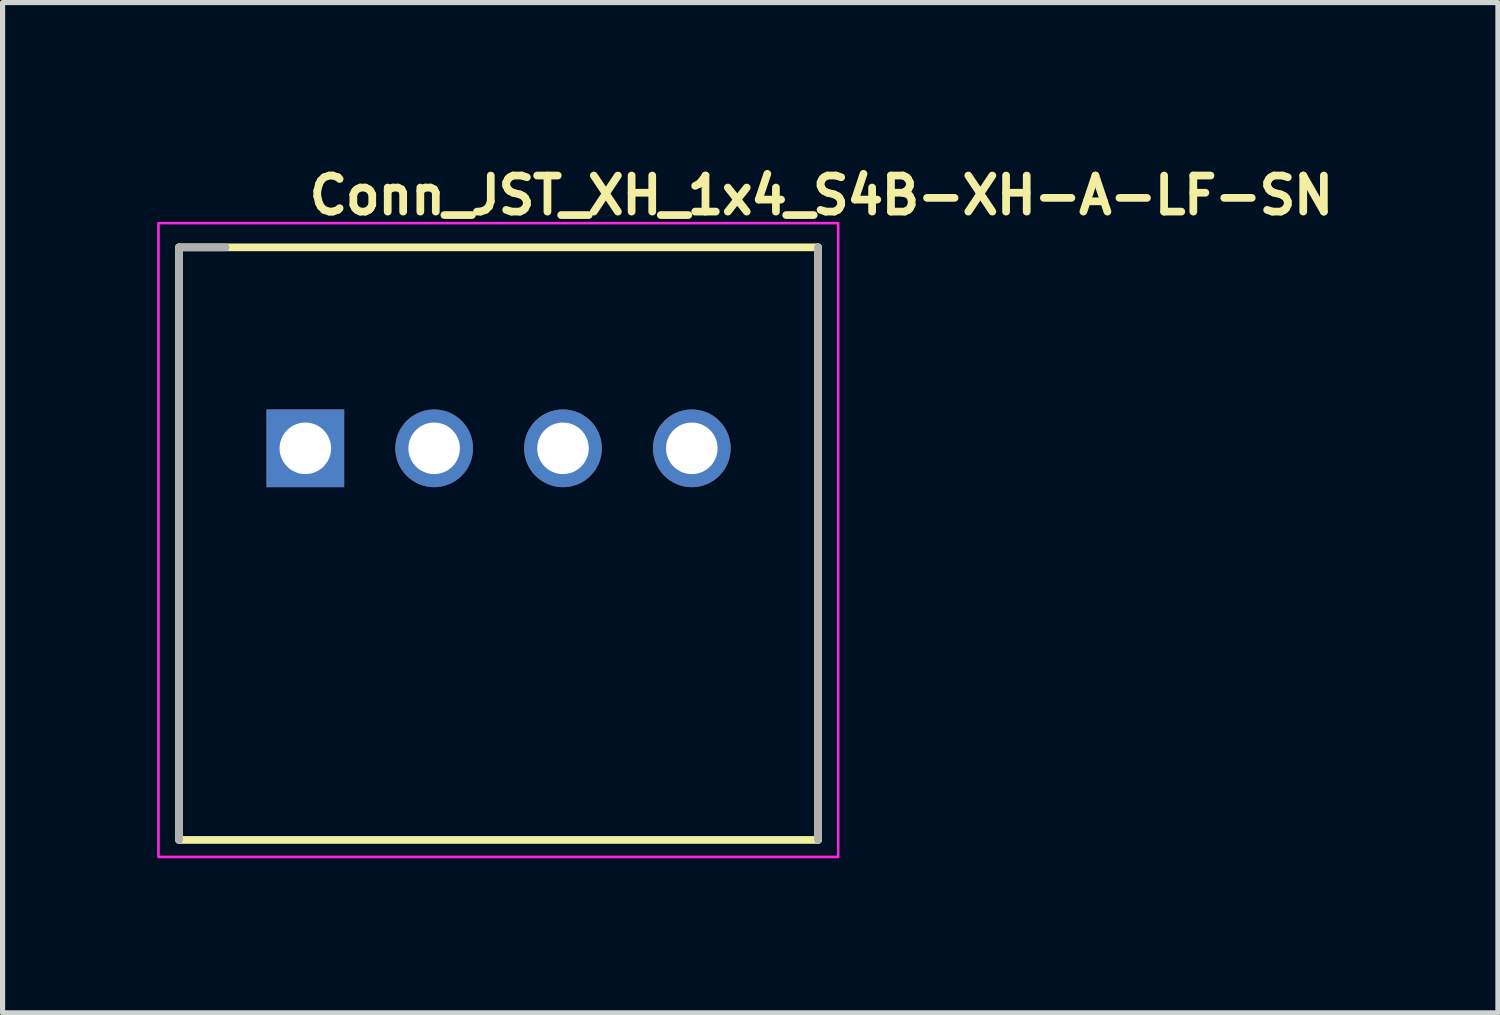
<source format=kicad_pcb>
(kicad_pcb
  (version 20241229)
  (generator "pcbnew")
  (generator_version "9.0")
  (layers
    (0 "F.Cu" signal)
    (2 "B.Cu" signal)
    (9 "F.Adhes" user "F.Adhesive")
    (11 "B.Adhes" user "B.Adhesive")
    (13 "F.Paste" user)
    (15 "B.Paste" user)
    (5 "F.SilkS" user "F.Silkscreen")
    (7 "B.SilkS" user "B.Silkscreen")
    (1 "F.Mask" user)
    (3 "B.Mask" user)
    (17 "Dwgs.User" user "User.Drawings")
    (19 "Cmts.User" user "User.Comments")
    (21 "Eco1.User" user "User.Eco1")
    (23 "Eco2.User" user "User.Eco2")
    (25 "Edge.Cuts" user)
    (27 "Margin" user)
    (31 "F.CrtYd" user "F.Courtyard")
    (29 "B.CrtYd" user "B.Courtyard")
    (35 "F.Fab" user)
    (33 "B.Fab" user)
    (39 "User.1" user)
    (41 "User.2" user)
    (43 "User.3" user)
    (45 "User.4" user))
  (footprint "Conn_JST_XH_1x4_S4B-XH-A-LF-SN"
    (layer "F.Cu")
    (at 2.875 5.65)
    (property "Reference" "Conn_JST_XH_1x4_S4B-XH-A-LF-SN" (at 0 -4.5 0) (layer "F.SilkS") (effects (font (size 0.7 0.7) (thickness 0.15)) (justify left bottom)))
    (attr through_hole)
    (fp_line (start -2.45 -3.9) (end -2.45 7.599) (stroke (width 0.15) (type solid)) (layer "F.SilkS"))
    (fp_line (start 9.949 -3.9) (end -2.45 -3.9) (stroke (width 0.15) (type solid)) (layer "F.SilkS"))
    (fp_line (start 9.949 7.599) (end -2.45 7.599) (stroke (width 0.15) (type solid)) (layer "F.SilkS"))
    (fp_line (start 9.949 7.599) (end 9.949 -3.9) (stroke (width 0.15) (type solid)) (layer "F.SilkS"))
    (fp_rect (start -2.85 -4.37) (end 10.34 7.93) (stroke (width 0.05) (type solid)) (fill no) (layer "F.CrtYd"))
    (fp_line (start -2.45 -3.9) (end -2.45 7.599) (stroke (width 0.15) (type solid)) (layer "F.Fab"))
    (fp_line (start -1.549 -3.9) (end -2.45 -3.9) (stroke (width 0.15) (type solid)) (layer "F.Fab"))
    (fp_line (start 9.949 7.599) (end 9.949 -3.9) (stroke (width 0.15) (type solid)) (layer "F.Fab"))
    (fp_rect (start -2.45 -3.97) (end 9.949 7.53) (stroke (width 0.1) (type solid)) (fill no) (layer "User.5"))
    (fp_line (start -2.45 0.53) (end -2.45 -3.97) (stroke (width 0.02) (type solid)) (layer "User.9"))
    (fp_line (start -2.45 7.53) (end -2.45 0.53) (stroke (width 0.02) (type solid)) (layer "User.9"))
    (fp_line (start -1.55 -3.97) (end -2.45 -3.97) (stroke (width 0.02) (type solid)) (layer "User.9"))
    (fp_line (start -1.55 -3.97) (end -1.55 0.53) (stroke (width 0.02) (type solid)) (layer "User.9"))
    (fp_line (start -0.75 0.53) (end -2.45 0.53) (stroke (width 0.02) (type solid)) (layer "User.9"))
    (fp_line (start -0.75 1.53) (end -0.75 0.53) (stroke (width 0.02) (type solid)) (layer "User.9"))
    (fp_line (start -0.5 4.53) (end -0.5 6.599) (stroke (width 0.02) (type solid)) (layer "User.9"))
    (fp_line (start -0.5 6.599) (end -0.499 6.605) (stroke (width 0.02) (type solid)) (layer "User.9"))
    (fp_line (start -0.5 7.059) (end -0.5 7.53) (stroke (width 0.02) (type solid)) (layer "User.9"))
    (fp_line (start -0.5 7.53) (end -2.45 7.53) (stroke (width 0.02) (type solid)) (layer "User.9"))
    (fp_line (start -0.5 7.53) (end 0.948 7.53) (stroke (width 0.02) (type solid)) (layer "User.9"))
    (fp_line (start -0.499 4.495) (end -0.5 4.53) (stroke (width 0.02) (type solid)) (layer "User.9"))
    (fp_line (start -0.499 6.605) (end -0.499 6.612) (stroke (width 0.02) (type solid)) (layer "User.9"))
    (fp_line (start -0.499 6.612) (end -0.498 6.618) (stroke (width 0.02) (type solid)) (layer "User.9"))
    (fp_line (start -0.499 7.047) (end -0.499 7.05) (stroke (width 0.02) (type solid)) (layer "User.9"))
    (fp_line (start -0.499 7.05) (end -0.499 7.054) (stroke (width 0.02) (type solid)) (layer "User.9"))
    (fp_line (start -0.499 7.054) (end -0.499 7.057) (stroke (width 0.02) (type solid)) (layer "User.9"))
    (fp_line (start -0.499 7.057) (end -0.5 7.059) (stroke (width 0.02) (type solid)) (layer "User.9"))
    (fp_line (start -0.498 6.618) (end -0.496 6.625) (stroke (width 0.02) (type solid)) (layer "User.9"))
    (fp_line (start -0.498 7.041) (end -0.498 7.043) (stroke (width 0.02) (type solid)) (layer "User.9"))
    (fp_line (start -0.498 7.043) (end -0.499 7.047) (stroke (width 0.02) (type solid)) (layer "User.9"))
    (fp_line (start -0.497 7.038) (end -0.498 7.041) (stroke (width 0.02) (type solid)) (layer "User.9"))
    (fp_line (start -0.496 4.46) (end -0.499 4.495) (stroke (width 0.02) (type solid)) (layer "User.9"))
    (fp_line (start -0.496 6.625) (end -0.494 6.631) (stroke (width 0.02) (type solid)) (layer "User.9"))
    (fp_line (start -0.496 7.034) (end -0.497 7.038) (stroke (width 0.02) (type solid)) (layer "User.9"))
    (fp_line (start -0.495 7.031) (end -0.496 7.034) (stroke (width 0.02) (type solid)) (layer "User.9"))
    (fp_line (start -0.494 6.631) (end -0.492 6.636) (stroke (width 0.02) (type solid)) (layer "User.9"))
    (fp_line (start -0.494 7.027) (end -0.495 7.031) (stroke (width 0.02) (type solid)) (layer "User.9"))
    (fp_line (start -0.493 7.025) (end -0.494 7.027) (stroke (width 0.02) (type solid)) (layer "User.9"))
    (fp_line (start -0.492 4.426) (end -0.496 4.46) (stroke (width 0.02) (type solid)) (layer "User.9"))
    (fp_line (start -0.492 6.636) (end -0.489 6.643) (stroke (width 0.02) (type solid)) (layer "User.9"))
    (fp_line (start -0.492 7.022) (end -0.493 7.025) (stroke (width 0.02) (type solid)) (layer "User.9"))
    (fp_line (start -0.491 7.019) (end -0.492 7.022) (stroke (width 0.02) (type solid)) (layer "User.9"))
    (fp_line (start -0.489 6.643) (end -0.486 6.649) (stroke (width 0.02) (type solid)) (layer "User.9"))
    (fp_line (start -0.489 7.016) (end -0.491 7.019) (stroke (width 0.02) (type solid)) (layer "User.9"))
    (fp_line (start -0.488 7.013) (end -0.489 7.016) (stroke (width 0.02) (type solid)) (layer "User.9"))
    (fp_line (start -0.486 4.392) (end -0.492 4.426) (stroke (width 0.02) (type solid)) (layer "User.9"))
    (fp_line (start -0.486 6.649) (end -0.483 6.654) (stroke (width 0.02) (type solid)) (layer "User.9"))
    (fp_line (start -0.486 7.01) (end -0.488 7.013) (stroke (width 0.02) (type solid)) (layer "User.9"))
    (fp_line (start -0.484 7.008) (end -0.486 7.01) (stroke (width 0.02) (type solid)) (layer "User.9"))
    (fp_line (start -0.483 6.654) (end -0.478 6.659) (stroke (width 0.02) (type solid)) (layer "User.9"))
    (fp_line (start -0.483 7.005) (end -0.484 7.008) (stroke (width 0.02) (type solid)) (layer "User.9"))
    (fp_line (start -0.481 7.002) (end -0.483 7.005) (stroke (width 0.02) (type solid)) (layer "User.9"))
    (fp_line (start -0.478 6.659) (end -0.474 6.664) (stroke (width 0.02) (type solid)) (layer "User.9"))
    (fp_line (start -0.478 7) (end -0.481 7.002) (stroke (width 0.02) (type solid)) (layer "User.9"))
    (fp_line (start -0.477 4.359) (end -0.486 4.392) (stroke (width 0.02) (type solid)) (layer "User.9"))
    (fp_line (start -0.476 6.997) (end -0.478 7) (stroke (width 0.02) (type solid)) (layer "User.9"))
    (fp_line (start -0.474 6.664) (end -0.469 6.668) (stroke (width 0.02) (type solid)) (layer "User.9"))
    (fp_line (start -0.474 6.995) (end -0.476 6.997) (stroke (width 0.02) (type solid)) (layer "User.9"))
    (fp_line (start -0.472 6.992) (end -0.474 6.995) (stroke (width 0.02) (type solid)) (layer "User.9"))
    (fp_line (start -0.469 6.668) (end -0.466 6.674) (stroke (width 0.02) (type solid)) (layer "User.9"))
    (fp_line (start -0.469 6.99) (end -0.472 6.992) (stroke (width 0.02) (type solid)) (layer "User.9"))
    (fp_line (start -0.468 4.325) (end -0.477 4.359) (stroke (width 0.02) (type solid)) (layer "User.9"))
    (fp_line (start -0.468 6.988) (end -0.469 6.99) (stroke (width 0.02) (type solid)) (layer "User.9"))
    (fp_line (start -0.466 6.674) (end -0.461 6.678) (stroke (width 0.02) (type solid)) (layer "User.9"))
    (fp_line (start -0.466 6.985) (end -0.468 6.988) (stroke (width 0.02) (type solid)) (layer "User.9"))
    (fp_line (start -0.463 6.982) (end -0.466 6.985) (stroke (width 0.02) (type solid)) (layer "User.9"))
    (fp_line (start -0.461 6.678) (end -0.455 6.682) (stroke (width 0.02) (type solid)) (layer "User.9"))
    (fp_line (start -0.461 6.981) (end -0.463 6.982) (stroke (width 0.02) (type solid)) (layer "User.9"))
    (fp_line (start -0.459 4.293) (end -0.468 4.325) (stroke (width 0.02) (type solid)) (layer "User.9"))
    (fp_line (start -0.458 6.979) (end -0.461 6.981) (stroke (width 0.02) (type solid)) (layer "User.9"))
    (fp_line (start -0.455 6.682) (end -0.45 6.684) (stroke (width 0.02) (type solid)) (layer "User.9"))
    (fp_line (start -0.455 6.977) (end -0.458 6.979) (stroke (width 0.02) (type solid)) (layer "User.9"))
    (fp_line (start -0.452 6.976) (end -0.455 6.977) (stroke (width 0.02) (type solid)) (layer "User.9"))
    (fp_line (start -0.45 6.684) (end -0.348 6.743) (stroke (width 0.02) (type solid)) (layer "User.9"))
    (fp_line (start -0.45 6.974) (end -0.452 6.976) (stroke (width 0.02) (type solid)) (layer "User.9"))
    (fp_line (start -0.446 4.261) (end -0.459 4.293) (stroke (width 0.02) (type solid)) (layer "User.9"))
    (fp_line (start -0.432 4.23) (end -0.446 4.261) (stroke (width 0.02) (type solid)) (layer "User.9"))
    (fp_line (start -0.417 4.2) (end -0.432 4.23) (stroke (width 0.02) (type solid)) (layer "User.9"))
    (fp_line (start -0.4 4.17) (end -0.417 4.2) (stroke (width 0.02) (type solid)) (layer "User.9"))
    (fp_line (start -0.382 4.141) (end -0.4 4.17) (stroke (width 0.02) (type solid)) (layer "User.9"))
    (fp_line (start -0.362 4.113) (end -0.382 4.141) (stroke (width 0.02) (type solid)) (layer "User.9"))
    (fp_line (start -0.348 6.743) (end -0.346 6.745) (stroke (width 0.02) (type solid)) (layer "User.9"))
    (fp_line (start -0.348 6.916) (end -0.45 6.974) (stroke (width 0.02) (type solid)) (layer "User.9"))
    (fp_line (start -0.346 6.745) (end -0.343 6.746) (stroke (width 0.02) (type solid)) (layer "User.9"))
    (fp_line (start -0.343 6.746) (end -0.341 6.748) (stroke (width 0.02) (type solid)) (layer "User.9"))
    (fp_line (start -0.343 6.913) (end -0.348 6.916) (stroke (width 0.02) (type solid)) (layer "User.9"))
    (fp_line (start -0.341 4.086) (end -0.362 4.113) (stroke (width 0.02) (type solid)) (layer "User.9"))
    (fp_line (start -0.341 6.748) (end -0.338 6.75) (stroke (width 0.02) (type solid)) (layer "User.9"))
    (fp_line (start -0.338 6.75) (end -0.336 6.752) (stroke (width 0.02) (type solid)) (layer "User.9"))
    (fp_line (start -0.338 6.909) (end -0.343 6.913) (stroke (width 0.02) (type solid)) (layer "User.9"))
    (fp_line (start -0.336 6.752) (end -0.333 6.753) (stroke (width 0.02) (type solid)) (layer "User.9"))
    (fp_line (start -0.333 6.753) (end -0.331 6.756) (stroke (width 0.02) (type solid)) (layer "User.9"))
    (fp_line (start -0.333 6.905) (end -0.338 6.909) (stroke (width 0.02) (type solid)) (layer "User.9"))
    (fp_line (start -0.331 6.756) (end -0.329 6.759) (stroke (width 0.02) (type solid)) (layer "User.9"))
    (fp_line (start -0.329 6.759) (end -0.326 6.761) (stroke (width 0.02) (type solid)) (layer "User.9"))
    (fp_line (start -0.329 6.9) (end -0.333 6.905) (stroke (width 0.02) (type solid)) (layer "User.9"))
    (fp_line (start -0.326 6.761) (end -0.324 6.764) (stroke (width 0.02) (type solid)) (layer "User.9"))
    (fp_line (start -0.324 6.764) (end -0.322 6.766) (stroke (width 0.02) (type solid)) (layer "User.9"))
    (fp_line (start -0.324 6.894) (end -0.329 6.9) (stroke (width 0.02) (type solid)) (layer "User.9"))
    (fp_line (start -0.322 6.766) (end -0.32 6.769) (stroke (width 0.02) (type solid)) (layer "User.9"))
    (fp_line (start -0.32 -0.39) (end -0.32 -0.381) (stroke (width 0.02) (type solid)) (layer "User.9"))
    (fp_line (start -0.32 -0.39) (end 0.32 -0.39) (stroke (width 0.02) (type solid)) (layer "User.9"))
    (fp_line (start -0.32 -0.381) (end -0.32 -0.381) (stroke (width 0.02) (type solid)) (layer "User.9"))
    (fp_line (start -0.32 -0.381) (end -0.32 -0.356) (stroke (width 0.02) (type solid)) (layer "User.9"))
    (fp_line (start -0.32 -0.356) (end -0.32 -0.356) (stroke (width 0.02) (type solid)) (layer "User.9"))
    (fp_line (start -0.32 -0.356) (end -0.32 -0.315) (stroke (width 0.02) (type solid)) (layer "User.9"))
    (fp_line (start -0.32 -0.315) (end -0.32 -0.315) (stroke (width 0.02) (type solid)) (layer "User.9"))
    (fp_line (start -0.32 -0.315) (end -0.32 -0.259) (stroke (width 0.02) (type solid)) (layer "User.9"))
    (fp_line (start -0.32 -0.259) (end -0.32 -0.259) (stroke (width 0.02) (type solid)) (layer "User.9"))
    (fp_line (start -0.32 -0.259) (end -0.32 -0.187) (stroke (width 0.02) (type solid)) (layer "User.9"))
    (fp_line (start -0.32 -0.187) (end -0.32 -0.187) (stroke (width 0.02) (type solid)) (layer "User.9"))
    (fp_line (start -0.32 -0.187) (end -0.32 -0.101) (stroke (width 0.02) (type solid)) (layer "User.9"))
    (fp_line (start -0.32 -0.101) (end -0.32 -0.101) (stroke (width 0.02) (type solid)) (layer "User.9"))
    (fp_line (start -0.32 -0.101) (end -0.32 -0.003) (stroke (width 0.02) (type solid)) (layer "User.9"))
    (fp_line (start -0.32 -0.003) (end -0.32 -0.003) (stroke (width 0.02) (type solid)) (layer "User.9"))
    (fp_line (start -0.32 -0.003) (end -0.32 0.106) (stroke (width 0.02) (type solid)) (layer "User.9"))
    (fp_line (start -0.32 0.106) (end -0.32 0.106) (stroke (width 0.02) (type solid)) (layer "User.9"))
    (fp_line (start -0.32 0.106) (end -0.32 0.227) (stroke (width 0.02) (type solid)) (layer "User.9"))
    (fp_line (start -0.32 0.227) (end -0.32 0.227) (stroke (width 0.02) (type solid)) (layer "User.9"))
    (fp_line (start -0.32 0.227) (end -0.32 0.357) (stroke (width 0.02) (type solid)) (layer "User.9"))
    (fp_line (start -0.32 0.357) (end -0.32 0.357) (stroke (width 0.02) (type solid)) (layer "User.9"))
    (fp_line (start -0.32 0.357) (end -0.32 0.93) (stroke (width 0.02) (type solid)) (layer "User.9"))
    (fp_line (start -0.32 1.53) (end -0.32 0.93) (stroke (width 0.02) (type solid)) (layer "User.9"))
    (fp_line (start -0.32 6.769) (end -0.32 4.061) (stroke (width 0.02) (type solid)) (layer "User.9"))
    (fp_line (start -0.32 6.769) (end -0.318 6.771) (stroke (width 0.02) (type solid)) (layer "User.9"))
    (fp_line (start -0.32 6.889) (end -0.324 6.894) (stroke (width 0.02) (type solid)) (layer "User.9"))
    (fp_line (start -0.32 6.917) (end -0.32 6.889) (stroke (width 0.02) (type solid)) (layer "User.9"))
    (fp_line (start -0.32 6.917) (end -0.17 7.33) (stroke (width 0.02) (type solid)) (layer "User.9"))
    (fp_line (start -0.32 6.917) (end 0.32 6.917) (stroke (width 0.02) (type solid)) (layer "User.9"))
    (fp_line (start -0.318 4.059) (end -0.341 4.086) (stroke (width 0.02) (type solid)) (layer "User.9"))
    (fp_line (start -0.318 6.771) (end -0.316 6.774) (stroke (width 0.02) (type solid)) (layer "User.9"))
    (fp_line (start -0.316 6.774) (end -0.315 6.777) (stroke (width 0.02) (type solid)) (layer "User.9"))
    (fp_line (start -0.316 6.885) (end -0.32 6.889) (stroke (width 0.02) (type solid)) (layer "User.9"))
    (fp_line (start -0.315 6.777) (end -0.313 6.78) (stroke (width 0.02) (type solid)) (layer "User.9"))
    (fp_line (start -0.313 6.78) (end -0.311 6.782) (stroke (width 0.02) (type solid)) (layer "User.9"))
    (fp_line (start -0.313 6.878) (end -0.316 6.885) (stroke (width 0.02) (type solid)) (layer "User.9"))
    (fp_line (start -0.311 6.782) (end -0.31 6.785) (stroke (width 0.02) (type solid)) (layer "User.9"))
    (fp_line (start -0.31 6.785) (end -0.308 6.788) (stroke (width 0.02) (type solid)) (layer "User.9"))
    (fp_line (start -0.31 6.873) (end -0.313 6.878) (stroke (width 0.02) (type solid)) (layer "User.9"))
    (fp_line (start -0.308 6.788) (end -0.307 6.791) (stroke (width 0.02) (type solid)) (layer "User.9"))
    (fp_line (start -0.307 6.791) (end -0.306 6.793) (stroke (width 0.02) (type solid)) (layer "User.9"))
    (fp_line (start -0.307 6.868) (end -0.31 6.873) (stroke (width 0.02) (type solid)) (layer "User.9"))
    (fp_line (start -0.306 6.793) (end -0.305 6.797) (stroke (width 0.02) (type solid)) (layer "User.9"))
    (fp_line (start -0.305 6.797) (end -0.304 6.8) (stroke (width 0.02) (type solid)) (layer "User.9"))
    (fp_line (start -0.305 6.862) (end -0.307 6.868) (stroke (width 0.02) (type solid)) (layer "User.9"))
    (fp_line (start -0.304 6.8) (end -0.303 6.803) (stroke (width 0.02) (type solid)) (layer "User.9"))
    (fp_line (start -0.303 6.803) (end -0.302 6.807) (stroke (width 0.02) (type solid)) (layer "User.9"))
    (fp_line (start -0.303 6.856) (end -0.305 6.862) (stroke (width 0.02) (type solid)) (layer "User.9"))
    (fp_line (start -0.302 6.807) (end -0.301 6.809) (stroke (width 0.02) (type solid)) (layer "User.9"))
    (fp_line (start -0.301 6.809) (end -0.301 6.813) (stroke (width 0.02) (type solid)) (layer "User.9"))
    (fp_line (start -0.301 6.813) (end -0.3 6.816) (stroke (width 0.02) (type solid)) (layer "User.9"))
    (fp_line (start -0.301 6.849) (end -0.303 6.856) (stroke (width 0.02) (type solid)) (layer "User.9"))
    (fp_line (start -0.3 6.816) (end -0.3 6.82) (stroke (width 0.02) (type solid)) (layer "User.9"))
    (fp_line (start -0.3 6.82) (end -0.3 6.823) (stroke (width 0.02) (type solid)) (layer "User.9"))
    (fp_line (start -0.3 6.823) (end -0.3 6.825) (stroke (width 0.02) (type solid)) (layer "User.9"))
    (fp_line (start -0.3 6.825) (end -0.3 6.83) (stroke (width 0.02) (type solid)) (layer "User.9"))
    (fp_line (start -0.3 6.83) (end -0.3 6.83) (stroke (width 0.02) (type solid)) (layer "User.9"))
    (fp_line (start -0.3 6.83) (end -0.3 6.836) (stroke (width 0.02) (type solid)) (layer "User.9"))
    (fp_line (start -0.3 6.836) (end -0.3 6.843) (stroke (width 0.02) (type solid)) (layer "User.9"))
    (fp_line (start -0.3 6.843) (end -0.301 6.849) (stroke (width 0.02) (type solid)) (layer "User.9"))
    (fp_line (start -0.294 4.035) (end -0.318 4.059) (stroke (width 0.02) (type solid)) (layer "User.9"))
    (fp_line (start -0.294 4.035) (end -0.294 4.035) (stroke (width 0.02) (type solid)) (layer "User.9"))
    (fp_line (start -0.269 4.011) (end -0.294 4.035) (stroke (width 0.02) (type solid)) (layer "User.9"))
    (fp_line (start -0.243 3.988) (end -0.269 4.011) (stroke (width 0.02) (type solid)) (layer "User.9"))
    (fp_line (start -0.216 3.967) (end -0.243 3.988) (stroke (width 0.02) (type solid)) (layer "User.9"))
    (fp_line (start -0.188 3.947) (end -0.216 3.967) (stroke (width 0.02) (type solid)) (layer "User.9"))
    (fp_line (start -0.159 3.928) (end -0.188 3.947) (stroke (width 0.02) (type solid)) (layer "User.9"))
    (fp_line (start -0.129 3.912) (end -0.159 3.928) (stroke (width 0.02) (type solid)) (layer "User.9"))
    (fp_line (start -0.099 3.896) (end -0.129 3.912) (stroke (width 0.02) (type solid)) (layer "User.9"))
    (fp_line (start -0.067 3.883) (end -0.099 3.896) (stroke (width 0.02) (type solid)) (layer "User.9"))
    (fp_line (start -0.036 3.87) (end -0.067 3.883) (stroke (width 0.02) (type solid)) (layer "User.9"))
    (fp_line (start -0.003 3.86) (end -0.036 3.87) (stroke (width 0.02) (type solid)) (layer "User.9"))
    (fp_line (start 0.029 3.851) (end -0.003 3.86) (stroke (width 0.02) (type solid)) (layer "User.9"))
    (fp_line (start 0.062 3.843) (end 0.029 3.851) (stroke (width 0.02) (type solid)) (layer "User.9"))
    (fp_line (start 0.096 3.837) (end 0.062 3.843) (stroke (width 0.02) (type solid)) (layer "User.9"))
    (fp_line (start 0.13 3.833) (end 0.096 3.837) (stroke (width 0.02) (type solid)) (layer "User.9"))
    (fp_line (start 0.165 3.83) (end 0.13 3.833) (stroke (width 0.02) (type solid)) (layer "User.9"))
    (fp_line (start 0.17 7.33) (end -0.17 7.33) (stroke (width 0.02) (type solid)) (layer "User.9"))
    (fp_line (start 0.17 7.33) (end 0.32 6.917) (stroke (width 0.02) (type solid)) (layer "User.9"))
    (fp_line (start 0.2 3.83) (end 0.165 3.83) (stroke (width 0.02) (type solid)) (layer "User.9"))
    (fp_line (start 0.32 -0.381) (end 0.32 -0.39) (stroke (width 0.02) (type solid)) (layer "User.9"))
    (fp_line (start 0.32 -0.381) (end 0.32 -0.381) (stroke (width 0.02) (type solid)) (layer "User.9"))
    (fp_line (start 0.32 -0.356) (end 0.32 -0.381) (stroke (width 0.02) (type solid)) (layer "User.9"))
    (fp_line (start 0.32 -0.356) (end 0.32 -0.356) (stroke (width 0.02) (type solid)) (layer "User.9"))
    (fp_line (start 0.32 -0.315) (end 0.32 -0.356) (stroke (width 0.02) (type solid)) (layer "User.9"))
    (fp_line (start 0.32 -0.315) (end 0.32 -0.315) (stroke (width 0.02) (type solid)) (layer "User.9"))
    (fp_line (start 0.32 -0.259) (end 0.32 -0.315) (stroke (width 0.02) (type solid)) (layer "User.9"))
    (fp_line (start 0.32 -0.259) (end 0.32 -0.259) (stroke (width 0.02) (type solid)) (layer "User.9"))
    (fp_line (start 0.32 -0.187) (end 0.32 -0.259) (stroke (width 0.02) (type solid)) (layer "User.9"))
    (fp_line (start 0.32 -0.187) (end 0.32 -0.187) (stroke (width 0.02) (type solid)) (layer "User.9"))
    (fp_line (start 0.32 -0.101) (end 0.32 -0.187) (stroke (width 0.02) (type solid)) (layer "User.9"))
    (fp_line (start 0.32 -0.101) (end 0.32 -0.101) (stroke (width 0.02) (type solid)) (layer "User.9"))
    (fp_line (start 0.32 -0.003) (end 0.32 -0.101) (stroke (width 0.02) (type solid)) (layer "User.9"))
    (fp_line (start 0.32 -0.003) (end 0.32 -0.003) (stroke (width 0.02) (type solid)) (layer "User.9"))
    (fp_line (start 0.32 0.106) (end 0.32 -0.003) (stroke (width 0.02) (type solid)) (layer "User.9"))
    (fp_line (start 0.32 0.106) (end 0.32 0.106) (stroke (width 0.02) (type solid)) (layer "User.9"))
    (fp_line (start 0.32 0.227) (end 0.32 0.106) (stroke (width 0.02) (type solid)) (layer "User.9"))
    (fp_line (start 0.32 0.227) (end 0.32 0.227) (stroke (width 0.02) (type solid)) (layer "User.9"))
    (fp_line (start 0.32 0.494) (end 0.32 0.227) (stroke (width 0.02) (type solid)) (layer "User.9"))
    (fp_line (start 0.32 0.494) (end 0.32 0.494) (stroke (width 0.02) (type solid)) (layer "User.9"))
    (fp_line (start 0.32 0.93) (end 0.32 0.494) (stroke (width 0.02) (type solid)) (layer "User.9"))
    (fp_line (start 0.32 0.93) (end 0.32 1.53) (stroke (width 0.02) (type solid)) (layer "User.9"))
    (fp_line (start 0.32 3.83) (end 0.32 6.917) (stroke (width 0.02) (type solid)) (layer "User.9"))
    (fp_line (start 0.75 0.53) (end 0.75 1.53) (stroke (width 0.02) (type solid)) (layer "User.9"))
    (fp_line (start 0.75 1.53) (end -0.75 1.53) (stroke (width 0.02) (type solid)) (layer "User.9"))
    (fp_line (start 0.948 3.83) (end 0.2 3.83) (stroke (width 0.02) (type solid)) (layer "User.9"))
    (fp_line (start 0.948 7.53) (end 0.948 3.83) (stroke (width 0.02) (type solid)) (layer "User.9"))
    (fp_line (start 1.75 0.53) (end 0.75 0.53) (stroke (width 0.02) (type solid)) (layer "User.9"))
    (fp_line (start 1.75 1.53) (end 1.75 0.53) (stroke (width 0.02) (type solid)) (layer "User.9"))
    (fp_line (start 2.18 -0.39) (end 2.18 -0.381) (stroke (width 0.02) (type solid)) (layer "User.9"))
    (fp_line (start 2.18 -0.39) (end 2.82 -0.39) (stroke (width 0.02) (type solid)) (layer "User.9"))
    (fp_line (start 2.18 -0.381) (end 2.18 -0.381) (stroke (width 0.02) (type solid)) (layer "User.9"))
    (fp_line (start 2.18 -0.381) (end 2.18 -0.356) (stroke (width 0.02) (type solid)) (layer "User.9"))
    (fp_line (start 2.18 -0.356) (end 2.18 -0.356) (stroke (width 0.02) (type solid)) (layer "User.9"))
    (fp_line (start 2.18 -0.356) (end 2.18 -0.315) (stroke (width 0.02) (type solid)) (layer "User.9"))
    (fp_line (start 2.18 -0.315) (end 2.18 -0.315) (stroke (width 0.02) (type solid)) (layer "User.9"))
    (fp_line (start 2.18 -0.315) (end 2.18 -0.259) (stroke (width 0.02) (type solid)) (layer "User.9"))
    (fp_line (start 2.18 -0.259) (end 2.18 -0.259) (stroke (width 0.02) (type solid)) (layer "User.9"))
    (fp_line (start 2.18 -0.259) (end 2.18 -0.187) (stroke (width 0.02) (type solid)) (layer "User.9"))
    (fp_line (start 2.18 -0.187) (end 2.18 -0.187) (stroke (width 0.02) (type solid)) (layer "User.9"))
    (fp_line (start 2.18 -0.187) (end 2.18 -0.101) (stroke (width 0.02) (type solid)) (layer "User.9"))
    (fp_line (start 2.18 -0.101) (end 2.18 -0.101) (stroke (width 0.02) (type solid)) (layer "User.9"))
    (fp_line (start 2.18 -0.101) (end 2.18 -0.003) (stroke (width 0.02) (type solid)) (layer "User.9"))
    (fp_line (start 2.18 -0.003) (end 2.18 -0.003) (stroke (width 0.02) (type solid)) (layer "User.9"))
    (fp_line (start 2.18 -0.003) (end 2.18 0.106) (stroke (width 0.02) (type solid)) (layer "User.9"))
    (fp_line (start 2.18 0.106) (end 2.18 0.106) (stroke (width 0.02) (type solid)) (layer "User.9"))
    (fp_line (start 2.18 0.106) (end 2.18 0.227) (stroke (width 0.02) (type solid)) (layer "User.9"))
    (fp_line (start 2.18 0.227) (end 2.18 0.227) (stroke (width 0.02) (type solid)) (layer "User.9"))
    (fp_line (start 2.18 0.227) (end 2.18 0.357) (stroke (width 0.02) (type solid)) (layer "User.9"))
    (fp_line (start 2.18 0.357) (end 2.18 0.357) (stroke (width 0.02) (type solid)) (layer "User.9"))
    (fp_line (start 2.18 0.357) (end 2.18 0.93) (stroke (width 0.02) (type solid)) (layer "User.9"))
    (fp_line (start 2.18 1.53) (end 2.18 0.93) (stroke (width 0.02) (type solid)) (layer "User.9"))
    (fp_line (start 2.82 -0.381) (end 2.82 -0.39) (stroke (width 0.02) (type solid)) (layer "User.9"))
    (fp_line (start 2.82 -0.381) (end 2.82 -0.381) (stroke (width 0.02) (type solid)) (layer "User.9"))
    (fp_line (start 2.82 -0.356) (end 2.82 -0.381) (stroke (width 0.02) (type solid)) (layer "User.9"))
    (fp_line (start 2.82 -0.356) (end 2.82 -0.356) (stroke (width 0.02) (type solid)) (layer "User.9"))
    (fp_line (start 2.82 -0.315) (end 2.82 -0.356) (stroke (width 0.02) (type solid)) (layer "User.9"))
    (fp_line (start 2.82 -0.315) (end 2.82 -0.315) (stroke (width 0.02) (type solid)) (layer "User.9"))
    (fp_line (start 2.82 -0.259) (end 2.82 -0.315) (stroke (width 0.02) (type solid)) (layer "User.9"))
    (fp_line (start 2.82 -0.259) (end 2.82 -0.259) (stroke (width 0.02) (type solid)) (layer "User.9"))
    (fp_line (start 2.82 -0.187) (end 2.82 -0.259) (stroke (width 0.02) (type solid)) (layer "User.9"))
    (fp_line (start 2.82 -0.187) (end 2.82 -0.187) (stroke (width 0.02) (type solid)) (layer "User.9"))
    (fp_line (start 2.82 -0.101) (end 2.82 -0.187) (stroke (width 0.02) (type solid)) (layer "User.9"))
    (fp_line (start 2.82 -0.101) (end 2.82 -0.101) (stroke (width 0.02) (type solid)) (layer "User.9"))
    (fp_line (start 2.82 -0.003) (end 2.82 -0.101) (stroke (width 0.02) (type solid)) (layer "User.9"))
    (fp_line (start 2.82 -0.003) (end 2.82 -0.003) (stroke (width 0.02) (type solid)) (layer "User.9"))
    (fp_line (start 2.82 0.106) (end 2.82 -0.003) (stroke (width 0.02) (type solid)) (layer "User.9"))
    (fp_line (start 2.82 0.106) (end 2.82 0.106) (stroke (width 0.02) (type solid)) (layer "User.9"))
    (fp_line (start 2.82 0.227) (end 2.82 0.106) (stroke (width 0.02) (type solid)) (layer "User.9"))
    (fp_line (start 2.82 0.227) (end 2.82 0.227) (stroke (width 0.02) (type solid)) (layer "User.9"))
    (fp_line (start 2.82 0.494) (end 2.82 0.227) (stroke (width 0.02) (type solid)) (layer "User.9"))
    (fp_line (start 2.82 0.494) (end 2.82 0.494) (stroke (width 0.02) (type solid)) (layer "User.9"))
    (fp_line (start 2.82 0.93) (end 2.82 0.494) (stroke (width 0.02) (type solid)) (layer "User.9"))
    (fp_line (start 2.82 0.93) (end 2.82 1.53) (stroke (width 0.02) (type solid)) (layer "User.9"))
    (fp_line (start 3.25 0.53) (end 3.25 1.53) (stroke (width 0.02) (type solid)) (layer "User.9"))
    (fp_line (start 3.25 1.53) (end 1.75 1.53) (stroke (width 0.02) (type solid)) (layer "User.9"))
    (fp_line (start 4.25 0.53) (end 3.25 0.53) (stroke (width 0.02) (type solid)) (layer "User.9"))
    (fp_line (start 4.25 1.53) (end 4.25 0.53) (stroke (width 0.02) (type solid)) (layer "User.9"))
    (fp_line (start 4.68 -0.39) (end 4.68 -0.381) (stroke (width 0.02) (type solid)) (layer "User.9"))
    (fp_line (start 4.68 -0.39) (end 5.32 -0.39) (stroke (width 0.02) (type solid)) (layer "User.9"))
    (fp_line (start 4.68 -0.381) (end 4.68 -0.381) (stroke (width 0.02) (type solid)) (layer "User.9"))
    (fp_line (start 4.68 -0.381) (end 4.68 -0.356) (stroke (width 0.02) (type solid)) (layer "User.9"))
    (fp_line (start 4.68 -0.356) (end 4.68 -0.356) (stroke (width 0.02) (type solid)) (layer "User.9"))
    (fp_line (start 4.68 -0.356) (end 4.68 -0.315) (stroke (width 0.02) (type solid)) (layer "User.9"))
    (fp_line (start 4.68 -0.315) (end 4.68 -0.315) (stroke (width 0.02) (type solid)) (layer "User.9"))
    (fp_line (start 4.68 -0.315) (end 4.68 -0.259) (stroke (width 0.02) (type solid)) (layer "User.9"))
    (fp_line (start 4.68 -0.259) (end 4.68 -0.259) (stroke (width 0.02) (type solid)) (layer "User.9"))
    (fp_line (start 4.68 -0.259) (end 4.68 -0.187) (stroke (width 0.02) (type solid)) (layer "User.9"))
    (fp_line (start 4.68 -0.187) (end 4.68 -0.187) (stroke (width 0.02) (type solid)) (layer "User.9"))
    (fp_line (start 4.68 -0.187) (end 4.68 -0.101) (stroke (width 0.02) (type solid)) (layer "User.9"))
    (fp_line (start 4.68 -0.101) (end 4.68 -0.101) (stroke (width 0.02) (type solid)) (layer "User.9"))
    (fp_line (start 4.68 -0.101) (end 4.68 -0.003) (stroke (width 0.02) (type solid)) (layer "User.9"))
    (fp_line (start 4.68 -0.003) (end 4.68 -0.003) (stroke (width 0.02) (type solid)) (layer "User.9"))
    (fp_line (start 4.68 -0.003) (end 4.68 0.106) (stroke (width 0.02) (type solid)) (layer "User.9"))
    (fp_line (start 4.68 0.106) (end 4.68 0.106) (stroke (width 0.02) (type solid)) (layer "User.9"))
    (fp_line (start 4.68 0.106) (end 4.68 0.227) (stroke (width 0.02) (type solid)) (layer "User.9"))
    (fp_line (start 4.68 0.227) (end 4.68 0.227) (stroke (width 0.02) (type solid)) (layer "User.9"))
    (fp_line (start 4.68 0.227) (end 4.68 0.357) (stroke (width 0.02) (type solid)) (layer "User.9"))
    (fp_line (start 4.68 0.357) (end 4.68 0.357) (stroke (width 0.02) (type solid)) (layer "User.9"))
    (fp_line (start 4.68 0.357) (end 4.68 0.93) (stroke (width 0.02) (type solid)) (layer "User.9"))
    (fp_line (start 4.68 1.53) (end 4.68 0.93) (stroke (width 0.02) (type solid)) (layer "User.9"))
    (fp_line (start 5.32 -0.381) (end 5.32 -0.39) (stroke (width 0.02) (type solid)) (layer "User.9"))
    (fp_line (start 5.32 -0.381) (end 5.32 -0.381) (stroke (width 0.02) (type solid)) (layer "User.9"))
    (fp_line (start 5.32 -0.356) (end 5.32 -0.381) (stroke (width 0.02) (type solid)) (layer "User.9"))
    (fp_line (start 5.32 -0.356) (end 5.32 -0.356) (stroke (width 0.02) (type solid)) (layer "User.9"))
    (fp_line (start 5.32 -0.315) (end 5.32 -0.356) (stroke (width 0.02) (type solid)) (layer "User.9"))
    (fp_line (start 5.32 -0.315) (end 5.32 -0.315) (stroke (width 0.02) (type solid)) (layer "User.9"))
    (fp_line (start 5.32 -0.259) (end 5.32 -0.315) (stroke (width 0.02) (type solid)) (layer "User.9"))
    (fp_line (start 5.32 -0.259) (end 5.32 -0.259) (stroke (width 0.02) (type solid)) (layer "User.9"))
    (fp_line (start 5.32 -0.187) (end 5.32 -0.259) (stroke (width 0.02) (type solid)) (layer "User.9"))
    (fp_line (start 5.32 -0.187) (end 5.32 -0.187) (stroke (width 0.02) (type solid)) (layer "User.9"))
    (fp_line (start 5.32 -0.101) (end 5.32 -0.187) (stroke (width 0.02) (type solid)) (layer "User.9"))
    (fp_line (start 5.32 -0.101) (end 5.32 -0.101) (stroke (width 0.02) (type solid)) (layer "User.9"))
    (fp_line (start 5.32 -0.003) (end 5.32 -0.101) (stroke (width 0.02) (type solid)) (layer "User.9"))
    (fp_line (start 5.32 -0.003) (end 5.32 -0.003) (stroke (width 0.02) (type solid)) (layer "User.9"))
    (fp_line (start 5.32 0.106) (end 5.32 -0.003) (stroke (width 0.02) (type solid)) (layer "User.9"))
    (fp_line (start 5.32 0.106) (end 5.32 0.106) (stroke (width 0.02) (type solid)) (layer "User.9"))
    (fp_line (start 5.32 0.227) (end 5.32 0.106) (stroke (width 0.02) (type solid)) (layer "User.9"))
    (fp_line (start 5.32 0.227) (end 5.32 0.227) (stroke (width 0.02) (type solid)) (layer "User.9"))
    (fp_line (start 5.32 0.494) (end 5.32 0.227) (stroke (width 0.02) (type solid)) (layer "User.9"))
    (fp_line (start 5.32 0.494) (end 5.32 0.494) (stroke (width 0.02) (type solid)) (layer "User.9"))
    (fp_line (start 5.32 0.93) (end 5.32 0.494) (stroke (width 0.02) (type solid)) (layer "User.9"))
    (fp_line (start 5.32 0.93) (end 5.32 1.53) (stroke (width 0.02) (type solid)) (layer "User.9"))
    (fp_line (start 5.75 0.53) (end 5.75 1.53) (stroke (width 0.02) (type solid)) (layer "User.9"))
    (fp_line (start 5.75 1.53) (end 4.25 1.53) (stroke (width 0.02) (type solid)) (layer "User.9"))
    (fp_line (start 6.55 3.83) (end 6.55 7.53) (stroke (width 0.02) (type solid)) (layer "User.9"))
    (fp_line (start 6.55 7.53) (end 0.948 7.53) (stroke (width 0.02) (type solid)) (layer "User.9"))
    (fp_line (start 6.55 7.53) (end 8 7.53) (stroke (width 0.02) (type solid)) (layer "User.9"))
    (fp_line (start 6.75 0.53) (end 5.75 0.53) (stroke (width 0.02) (type solid)) (layer "User.9"))
    (fp_line (start 6.75 1.53) (end 6.75 0.53) (stroke (width 0.02) (type solid)) (layer "User.9"))
    (fp_line (start 7.18 -0.39) (end 7.18 -0.381) (stroke (width 0.02) (type solid)) (layer "User.9"))
    (fp_line (start 7.18 -0.39) (end 7.82 -0.39) (stroke (width 0.02) (type solid)) (layer "User.9"))
    (fp_line (start 7.18 -0.381) (end 7.18 -0.381) (stroke (width 0.02) (type solid)) (layer "User.9"))
    (fp_line (start 7.18 -0.381) (end 7.18 -0.356) (stroke (width 0.02) (type solid)) (layer "User.9"))
    (fp_line (start 7.18 -0.356) (end 7.18 -0.356) (stroke (width 0.02) (type solid)) (layer "User.9"))
    (fp_line (start 7.18 -0.356) (end 7.18 -0.315) (stroke (width 0.02) (type solid)) (layer "User.9"))
    (fp_line (start 7.18 -0.315) (end 7.18 -0.315) (stroke (width 0.02) (type solid)) (layer "User.9"))
    (fp_line (start 7.18 -0.315) (end 7.18 -0.259) (stroke (width 0.02) (type solid)) (layer "User.9"))
    (fp_line (start 7.18 -0.259) (end 7.18 -0.259) (stroke (width 0.02) (type solid)) (layer "User.9"))
    (fp_line (start 7.18 -0.259) (end 7.18 -0.187) (stroke (width 0.02) (type solid)) (layer "User.9"))
    (fp_line (start 7.18 -0.187) (end 7.18 -0.187) (stroke (width 0.02) (type solid)) (layer "User.9"))
    (fp_line (start 7.18 -0.187) (end 7.18 -0.101) (stroke (width 0.02) (type solid)) (layer "User.9"))
    (fp_line (start 7.18 -0.101) (end 7.18 -0.101) (stroke (width 0.02) (type solid)) (layer "User.9"))
    (fp_line (start 7.18 -0.101) (end 7.18 -0.003) (stroke (width 0.02) (type solid)) (layer "User.9"))
    (fp_line (start 7.18 -0.003) (end 7.18 -0.003) (stroke (width 0.02) (type solid)) (layer "User.9"))
    (fp_line (start 7.18 -0.003) (end 7.18 0.106) (stroke (width 0.02) (type solid)) (layer "User.9"))
    (fp_line (start 7.18 0.106) (end 7.18 0.106) (stroke (width 0.02) (type solid)) (layer "User.9"))
    (fp_line (start 7.18 0.106) (end 7.18 0.227) (stroke (width 0.02) (type solid)) (layer "User.9"))
    (fp_line (start 7.18 0.227) (end 7.18 0.227) (stroke (width 0.02) (type solid)) (layer "User.9"))
    (fp_line (start 7.18 0.227) (end 7.18 0.357) (stroke (width 0.02) (type solid)) (layer "User.9"))
    (fp_line (start 7.18 0.357) (end 7.18 0.357) (stroke (width 0.02) (type solid)) (layer "User.9"))
    (fp_line (start 7.18 0.357) (end 7.18 0.93) (stroke (width 0.02) (type solid)) (layer "User.9"))
    (fp_line (start 7.18 1.53) (end 7.18 0.93) (stroke (width 0.02) (type solid)) (layer "User.9"))
    (fp_line (start 7.18 6.917) (end 7.18 3.83) (stroke (width 0.02) (type solid)) (layer "User.9"))
    (fp_line (start 7.18 6.917) (end 7.33 7.33) (stroke (width 0.02) (type solid)) (layer "User.9"))
    (fp_line (start 7.18 6.917) (end 7.82 6.917) (stroke (width 0.02) (type solid)) (layer "User.9"))
    (fp_line (start 7.3 3.83) (end 6.55 3.83) (stroke (width 0.02) (type solid)) (layer "User.9"))
    (fp_line (start 7.333 3.83) (end 7.3 3.83) (stroke (width 0.02) (type solid)) (layer "User.9"))
    (fp_line (start 7.369 3.833) (end 7.333 3.83) (stroke (width 0.02) (type solid)) (layer "User.9"))
    (fp_line (start 7.402 3.837) (end 7.369 3.833) (stroke (width 0.02) (type solid)) (layer "User.9"))
    (fp_line (start 7.437 3.843) (end 7.402 3.837) (stroke (width 0.02) (type solid)) (layer "User.9"))
    (fp_line (start 7.47 3.851) (end 7.437 3.843) (stroke (width 0.02) (type solid)) (layer "User.9"))
    (fp_line (start 7.503 3.86) (end 7.47 3.851) (stroke (width 0.02) (type solid)) (layer "User.9"))
    (fp_line (start 7.535 3.87) (end 7.503 3.86) (stroke (width 0.02) (type solid)) (layer "User.9"))
    (fp_line (start 7.567 3.883) (end 7.535 3.87) (stroke (width 0.02) (type solid)) (layer "User.9"))
    (fp_line (start 7.599 3.896) (end 7.567 3.883) (stroke (width 0.02) (type solid)) (layer "User.9"))
    (fp_line (start 7.628 3.912) (end 7.599 3.896) (stroke (width 0.02) (type solid)) (layer "User.9"))
    (fp_line (start 7.659 3.928) (end 7.628 3.912) (stroke (width 0.02) (type solid)) (layer "User.9"))
    (fp_line (start 7.67 7.33) (end 7.33 7.33) (stroke (width 0.02) (type solid)) (layer "User.9"))
    (fp_line (start 7.67 7.33) (end 7.82 6.917) (stroke (width 0.02) (type solid)) (layer "User.9"))
    (fp_line (start 7.688 3.947) (end 7.659 3.928) (stroke (width 0.02) (type solid)) (layer "User.9"))
    (fp_line (start 7.716 3.967) (end 7.688 3.947) (stroke (width 0.02) (type solid)) (layer "User.9"))
    (fp_line (start 7.743 3.988) (end 7.716 3.967) (stroke (width 0.02) (type solid)) (layer "User.9"))
    (fp_line (start 7.769 4.011) (end 7.743 3.988) (stroke (width 0.02) (type solid)) (layer "User.9"))
    (fp_line (start 7.793 4.035) (end 7.769 4.011) (stroke (width 0.02) (type solid)) (layer "User.9"))
    (fp_line (start 7.793 4.035) (end 7.793 4.035) (stroke (width 0.02) (type solid)) (layer "User.9"))
    (fp_line (start 7.8 6.816) (end 7.801 6.809) (stroke (width 0.02) (type solid)) (layer "User.9"))
    (fp_line (start 7.8 6.823) (end 7.8 6.816) (stroke (width 0.02) (type solid)) (layer "User.9"))
    (fp_line (start 7.8 6.83) (end 7.8 6.823) (stroke (width 0.02) (type solid)) (layer "User.9"))
    (fp_line (start 7.8 6.83) (end 7.8 6.83) (stroke (width 0.02) (type solid)) (layer "User.9"))
    (fp_line (start 7.8 6.833) (end 7.8 6.83) (stroke (width 0.02) (type solid)) (layer "User.9"))
    (fp_line (start 7.8 6.836) (end 7.8 6.833) (stroke (width 0.02) (type solid)) (layer "User.9"))
    (fp_line (start 7.8 6.839) (end 7.8 6.836) (stroke (width 0.02) (type solid)) (layer "User.9"))
    (fp_line (start 7.8 6.843) (end 7.8 6.839) (stroke (width 0.02) (type solid)) (layer "User.9"))
    (fp_line (start 7.801 6.809) (end 7.803 6.803) (stroke (width 0.02) (type solid)) (layer "User.9"))
    (fp_line (start 7.801 6.846) (end 7.8 6.843) (stroke (width 0.02) (type solid)) (layer "User.9"))
    (fp_line (start 7.801 6.849) (end 7.801 6.846) (stroke (width 0.02) (type solid)) (layer "User.9"))
    (fp_line (start 7.801 6.852) (end 7.801 6.849) (stroke (width 0.02) (type solid)) (layer "User.9"))
    (fp_line (start 7.803 6.803) (end 7.805 6.797) (stroke (width 0.02) (type solid)) (layer "User.9"))
    (fp_line (start 7.803 6.856) (end 7.801 6.852) (stroke (width 0.02) (type solid)) (layer "User.9"))
    (fp_line (start 7.804 6.859) (end 7.803 6.856) (stroke (width 0.02) (type solid)) (layer "User.9"))
    (fp_line (start 7.805 6.797) (end 7.807 6.791) (stroke (width 0.02) (type solid)) (layer "User.9"))
    (fp_line (start 7.805 6.862) (end 7.804 6.859) (stroke (width 0.02) (type solid)) (layer "User.9"))
    (fp_line (start 7.806 6.865) (end 7.805 6.862) (stroke (width 0.02) (type solid)) (layer "User.9"))
    (fp_line (start 7.807 6.791) (end 7.809 6.785) (stroke (width 0.02) (type solid)) (layer "User.9"))
    (fp_line (start 7.807 6.868) (end 7.806 6.865) (stroke (width 0.02) (type solid)) (layer "User.9"))
    (fp_line (start 7.808 6.871) (end 7.807 6.868) (stroke (width 0.02) (type solid)) (layer "User.9"))
    (fp_line (start 7.809 6.785) (end 7.813 6.78) (stroke (width 0.02) (type solid)) (layer "User.9"))
    (fp_line (start 7.809 6.873) (end 7.808 6.871) (stroke (width 0.02) (type solid)) (layer "User.9"))
    (fp_line (start 7.811 6.877) (end 7.809 6.873) (stroke (width 0.02) (type solid)) (layer "User.9"))
    (fp_line (start 7.813 6.78) (end 7.816 6.774) (stroke (width 0.02) (type solid)) (layer "User.9"))
    (fp_line (start 7.813 6.878) (end 7.811 6.877) (stroke (width 0.02) (type solid)) (layer "User.9"))
    (fp_line (start 7.815 6.881) (end 7.813 6.878) (stroke (width 0.02) (type solid)) (layer "User.9"))
    (fp_line (start 7.816 6.774) (end 7.82 6.769) (stroke (width 0.02) (type solid)) (layer "User.9"))
    (fp_line (start 7.816 6.885) (end 7.815 6.881) (stroke (width 0.02) (type solid)) (layer "User.9"))
    (fp_line (start 7.817 4.059) (end 7.793 4.035) (stroke (width 0.02) (type solid)) (layer "User.9"))
    (fp_line (start 7.817 6.888) (end 7.816 6.885) (stroke (width 0.02) (type solid)) (layer "User.9"))
    (fp_line (start 7.82 -0.381) (end 7.82 -0.39) (stroke (width 0.02) (type solid)) (layer "User.9"))
    (fp_line (start 7.82 -0.381) (end 7.82 -0.381) (stroke (width 0.02) (type solid)) (layer "User.9"))
    (fp_line (start 7.82 -0.356) (end 7.82 -0.381) (stroke (width 0.02) (type solid)) (layer "User.9"))
    (fp_line (start 7.82 -0.356) (end 7.82 -0.356) (stroke (width 0.02) (type solid)) (layer "User.9"))
    (fp_line (start 7.82 -0.315) (end 7.82 -0.356) (stroke (width 0.02) (type solid)) (layer "User.9"))
    (fp_line (start 7.82 -0.315) (end 7.82 -0.315) (stroke (width 0.02) (type solid)) (layer "User.9"))
    (fp_line (start 7.82 -0.259) (end 7.82 -0.315) (stroke (width 0.02) (type solid)) (layer "User.9"))
    (fp_line (start 7.82 -0.259) (end 7.82 -0.259) (stroke (width 0.02) (type solid)) (layer "User.9"))
    (fp_line (start 7.82 -0.187) (end 7.82 -0.259) (stroke (width 0.02) (type solid)) (layer "User.9"))
    (fp_line (start 7.82 -0.187) (end 7.82 -0.187) (stroke (width 0.02) (type solid)) (layer "User.9"))
    (fp_line (start 7.82 -0.101) (end 7.82 -0.187) (stroke (width 0.02) (type solid)) (layer "User.9"))
    (fp_line (start 7.82 -0.101) (end 7.82 -0.101) (stroke (width 0.02) (type solid)) (layer "User.9"))
    (fp_line (start 7.82 -0.003) (end 7.82 -0.101) (stroke (width 0.02) (type solid)) (layer "User.9"))
    (fp_line (start 7.82 -0.003) (end 7.82 -0.003) (stroke (width 0.02) (type solid)) (layer "User.9"))
    (fp_line (start 7.82 0.106) (end 7.82 -0.003) (stroke (width 0.02) (type solid)) (layer "User.9"))
    (fp_line (start 7.82 0.106) (end 7.82 0.106) (stroke (width 0.02) (type solid)) (layer "User.9"))
    (fp_line (start 7.82 0.227) (end 7.82 0.106) (stroke (width 0.02) (type solid)) (layer "User.9"))
    (fp_line (start 7.82 0.227) (end 7.82 0.227) (stroke (width 0.02) (type solid)) (layer "User.9"))
    (fp_line (start 7.82 0.494) (end 7.82 0.227) (stroke (width 0.02) (type solid)) (layer "User.9"))
    (fp_line (start 7.82 0.494) (end 7.82 0.494) (stroke (width 0.02) (type solid)) (layer "User.9"))
    (fp_line (start 7.82 0.93) (end 7.82 0.494) (stroke (width 0.02) (type solid)) (layer "User.9"))
    (fp_line (start 7.82 0.93) (end 7.82 1.53) (stroke (width 0.02) (type solid)) (layer "User.9"))
    (fp_line (start 7.82 4.061) (end 7.82 6.769) (stroke (width 0.02) (type solid)) (layer "User.9"))
    (fp_line (start 7.82 6.769) (end 7.824 6.764) (stroke (width 0.02) (type solid)) (layer "User.9"))
    (fp_line (start 7.82 6.889) (end 7.817 6.888) (stroke (width 0.02) (type solid)) (layer "User.9"))
    (fp_line (start 7.82 6.889) (end 7.82 6.917) (stroke (width 0.02) (type solid)) (layer "User.9"))
    (fp_line (start 7.822 6.893) (end 7.82 6.889) (stroke (width 0.02) (type solid)) (layer "User.9"))
    (fp_line (start 7.824 6.764) (end 7.829 6.759) (stroke (width 0.02) (type solid)) (layer "User.9"))
    (fp_line (start 7.824 6.894) (end 7.822 6.893) (stroke (width 0.02) (type solid)) (layer "User.9"))
    (fp_line (start 7.825 6.897) (end 7.824 6.894) (stroke (width 0.02) (type solid)) (layer "User.9"))
    (fp_line (start 7.829 6.759) (end 7.833 6.753) (stroke (width 0.02) (type solid)) (layer "User.9"))
    (fp_line (start 7.829 6.9) (end 7.825 6.897) (stroke (width 0.02) (type solid)) (layer "User.9"))
    (fp_line (start 7.831 6.902) (end 7.829 6.9) (stroke (width 0.02) (type solid)) (layer "User.9"))
    (fp_line (start 7.833 6.753) (end 7.838 6.75) (stroke (width 0.02) (type solid)) (layer "User.9"))
    (fp_line (start 7.833 6.905) (end 7.831 6.902) (stroke (width 0.02) (type solid)) (layer "User.9"))
    (fp_line (start 7.836 6.907) (end 7.833 6.905) (stroke (width 0.02) (type solid)) (layer "User.9"))
    (fp_line (start 7.838 6.75) (end 7.844 6.746) (stroke (width 0.02) (type solid)) (layer "User.9"))
    (fp_line (start 7.838 6.909) (end 7.836 6.907) (stroke (width 0.02) (type solid)) (layer "User.9"))
    (fp_line (start 7.841 4.086) (end 7.817 4.059) (stroke (width 0.02) (type solid)) (layer "User.9"))
    (fp_line (start 7.841 6.91) (end 7.838 6.909) (stroke (width 0.02) (type solid)) (layer "User.9"))
    (fp_line (start 7.844 6.746) (end 7.849 6.743) (stroke (width 0.02) (type solid)) (layer "User.9"))
    (fp_line (start 7.844 6.913) (end 7.841 6.91) (stroke (width 0.02) (type solid)) (layer "User.9"))
    (fp_line (start 7.847 6.914) (end 7.844 6.913) (stroke (width 0.02) (type solid)) (layer "User.9"))
    (fp_line (start 7.849 6.743) (end 7.95 6.684) (stroke (width 0.02) (type solid)) (layer "User.9"))
    (fp_line (start 7.849 6.916) (end 7.847 6.914) (stroke (width 0.02) (type solid)) (layer "User.9"))
    (fp_line (start 7.862 4.113) (end 7.841 4.086) (stroke (width 0.02) (type solid)) (layer "User.9"))
    (fp_line (start 7.881 4.141) (end 7.862 4.113) (stroke (width 0.02) (type solid)) (layer "User.9"))
    (fp_line (start 7.9 4.17) (end 7.881 4.141) (stroke (width 0.02) (type solid)) (layer "User.9"))
    (fp_line (start 7.917 4.2) (end 7.9 4.17) (stroke (width 0.02) (type solid)) (layer "User.9"))
    (fp_line (start 7.932 4.23) (end 7.917 4.2) (stroke (width 0.02) (type solid)) (layer "User.9"))
    (fp_line (start 7.946 4.261) (end 7.932 4.23) (stroke (width 0.02) (type solid)) (layer "User.9"))
    (fp_line (start 7.95 6.684) (end 7.952 6.683) (stroke (width 0.02) (type solid)) (layer "User.9"))
    (fp_line (start 7.95 6.974) (end 7.849 6.916) (stroke (width 0.02) (type solid)) (layer "User.9"))
    (fp_line (start 7.952 6.683) (end 7.955 6.682) (stroke (width 0.02) (type solid)) (layer "User.9"))
    (fp_line (start 7.955 6.682) (end 7.958 6.68) (stroke (width 0.02) (type solid)) (layer "User.9"))
    (fp_line (start 7.955 6.977) (end 7.95 6.974) (stroke (width 0.02) (type solid)) (layer "User.9"))
    (fp_line (start 7.958 4.293) (end 7.946 4.261) (stroke (width 0.02) (type solid)) (layer "User.9"))
    (fp_line (start 7.958 6.68) (end 7.961 6.678) (stroke (width 0.02) (type solid)) (layer "User.9"))
    (fp_line (start 7.961 6.678) (end 7.963 6.676) (stroke (width 0.02) (type solid)) (layer "User.9"))
    (fp_line (start 7.961 6.981) (end 7.955 6.977) (stroke (width 0.02) (type solid)) (layer "User.9"))
    (fp_line (start 7.963 6.676) (end 7.966 6.674) (stroke (width 0.02) (type solid)) (layer "User.9"))
    (fp_line (start 7.966 6.674) (end 7.968 6.671) (stroke (width 0.02) (type solid)) (layer "User.9"))
    (fp_line (start 7.966 6.985) (end 7.961 6.981) (stroke (width 0.02) (type solid)) (layer "User.9"))
    (fp_line (start 7.968 6.671) (end 7.97 6.668) (stroke (width 0.02) (type solid)) (layer "User.9"))
    (fp_line (start 7.969 4.325) (end 7.958 4.293) (stroke (width 0.02) (type solid)) (layer "User.9"))
    (fp_line (start 7.97 6.668) (end 7.973 6.667) (stroke (width 0.02) (type solid)) (layer "User.9"))
    (fp_line (start 7.97 6.99) (end 7.966 6.985) (stroke (width 0.02) (type solid)) (layer "User.9"))
    (fp_line (start 7.973 6.667) (end 7.974 6.664) (stroke (width 0.02) (type solid)) (layer "User.9"))
    (fp_line (start 7.974 6.664) (end 7.977 6.662) (stroke (width 0.02) (type solid)) (layer "User.9"))
    (fp_line (start 7.974 6.995) (end 7.97 6.99) (stroke (width 0.02) (type solid)) (layer "User.9"))
    (fp_line (start 7.977 6.662) (end 7.979 6.659) (stroke (width 0.02) (type solid)) (layer "User.9"))
    (fp_line (start 7.978 4.359) (end 7.969 4.325) (stroke (width 0.02) (type solid)) (layer "User.9"))
    (fp_line (start 7.979 6.659) (end 7.981 6.657) (stroke (width 0.02) (type solid)) (layer "User.9"))
    (fp_line (start 7.979 7) (end 7.974 6.995) (stroke (width 0.02) (type solid)) (layer "User.9"))
    (fp_line (start 7.981 6.657) (end 7.982 6.654) (stroke (width 0.02) (type solid)) (layer "User.9"))
    (fp_line (start 7.982 6.654) (end 7.984 6.651) (stroke (width 0.02) (type solid)) (layer "User.9"))
    (fp_line (start 7.982 7.005) (end 7.979 7) (stroke (width 0.02) (type solid)) (layer "User.9"))
    (fp_line (start 7.984 6.651) (end 7.986 6.649) (stroke (width 0.02) (type solid)) (layer "User.9"))
    (fp_line (start 7.986 4.392) (end 7.978 4.359) (stroke (width 0.02) (type solid)) (layer "User.9"))
    (fp_line (start 7.986 6.649) (end 7.988 6.646) (stroke (width 0.02) (type solid)) (layer "User.9"))
    (fp_line (start 7.986 7.01) (end 7.982 7.005) (stroke (width 0.02) (type solid)) (layer "User.9"))
    (fp_line (start 7.988 6.646) (end 7.989 6.643) (stroke (width 0.02) (type solid)) (layer "User.9"))
    (fp_line (start 7.989 6.643) (end 7.99 6.639) (stroke (width 0.02) (type solid)) (layer "User.9"))
    (fp_line (start 7.989 7.016) (end 7.986 7.01) (stroke (width 0.02) (type solid)) (layer "User.9"))
    (fp_line (start 7.99 6.639) (end 7.992 6.636) (stroke (width 0.02) (type solid)) (layer "User.9"))
    (fp_line (start 7.992 4.426) (end 7.986 4.392) (stroke (width 0.02) (type solid)) (layer "User.9"))
    (fp_line (start 7.992 6.636) (end 7.993 6.634) (stroke (width 0.02) (type solid)) (layer "User.9"))
    (fp_line (start 7.992 7.022) (end 7.989 7.016) (stroke (width 0.02) (type solid)) (layer "User.9"))
    (fp_line (start 7.993 6.634) (end 7.994 6.631) (stroke (width 0.02) (type solid)) (layer "User.9"))
    (fp_line (start 7.994 6.631) (end 7.995 6.628) (stroke (width 0.02) (type solid)) (layer "User.9"))
    (fp_line (start 7.994 7.027) (end 7.992 7.022) (stroke (width 0.02) (type solid)) (layer "User.9"))
    (fp_line (start 7.995 6.628) (end 7.996 6.625) (stroke (width 0.02) (type solid)) (layer "User.9"))
    (fp_line (start 7.996 4.46) (end 7.992 4.426) (stroke (width 0.02) (type solid)) (layer "User.9"))
    (fp_line (start 7.996 6.625) (end 7.997 6.621) (stroke (width 0.02) (type solid)) (layer "User.9"))
    (fp_line (start 7.996 7.034) (end 7.994 7.027) (stroke (width 0.02) (type solid)) (layer "User.9"))
    (fp_line (start 7.997 6.621) (end 7.998 6.618) (stroke (width 0.02) (type solid)) (layer "User.9"))
    (fp_line (start 7.998 4.495) (end 7.996 4.46) (stroke (width 0.02) (type solid)) (layer "User.9"))
    (fp_line (start 7.998 6.602) (end 8 6.599) (stroke (width 0.02) (type solid)) (layer "User.9"))
    (fp_line (start 7.998 6.605) (end 7.998 6.602) (stroke (width 0.02) (type solid)) (layer "User.9"))
    (fp_line (start 7.998 6.609) (end 7.998 6.605) (stroke (width 0.02) (type solid)) (layer "User.9"))
    (fp_line (start 7.998 6.612) (end 7.998 6.609) (stroke (width 0.02) (type solid)) (layer "User.9"))
    (fp_line (start 7.998 6.615) (end 7.998 6.612) (stroke (width 0.02) (type solid)) (layer "User.9"))
    (fp_line (start 7.998 6.618) (end 7.998 6.615) (stroke (width 0.02) (type solid)) (layer "User.9"))
    (fp_line (start 7.998 7.041) (end 7.996 7.034) (stroke (width 0.02) (type solid)) (layer "User.9"))
    (fp_line (start 7.998 7.047) (end 7.998 7.041) (stroke (width 0.02) (type solid)) (layer "User.9"))
    (fp_line (start 7.998 7.054) (end 7.998 7.047) (stroke (width 0.02) (type solid)) (layer "User.9"))
    (fp_line (start 8 4.53) (end 7.998 4.495) (stroke (width 0.02) (type solid)) (layer "User.9"))
    (fp_line (start 8 6.599) (end 8 4.53) (stroke (width 0.02) (type solid)) (layer "User.9"))
    (fp_line (start 8 7.059) (end 7.998 7.054) (stroke (width 0.02) (type solid)) (layer "User.9"))
    (fp_line (start 8 7.53) (end 8 7.059) (stroke (width 0.02) (type solid)) (layer "User.9"))
    (fp_line (start 8.25 0.53) (end 8.25 1.53) (stroke (width 0.02) (type solid)) (layer "User.9"))
    (fp_line (start 8.25 1.53) (end 6.75 1.53) (stroke (width 0.02) (type solid)) (layer "User.9"))
    (fp_line (start 9.05 -3.97) (end 9.05 0.53) (stroke (width 0.02) (type solid)) (layer "User.9"))
    (fp_line (start 9.05 -3.97) (end 9.949 -3.97) (stroke (width 0.02) (type solid)) (layer "User.9"))
    (fp_line (start 9.949 0.53) (end 8.25 0.53) (stroke (width 0.02) (type solid)) (layer "User.9"))
    (fp_line (start 9.949 0.53) (end 9.949 -3.97) (stroke (width 0.02) (type solid)) (layer "User.9"))
    (fp_line (start 9.949 0.53) (end 9.949 7.53) (stroke (width 0.02) (type solid)) (layer "User.9"))
    (fp_line (start 9.949 7.53) (end 8 7.53) (stroke (width 0.02) (type solid)) (layer "User.9"))
    (pad "1" thru_hole rect (at 0 0) (size 1.508 1.508) (drill 1) (layers "*.Cu" "*.Mask"))
    (pad "2" thru_hole circle (at 2.5 0) (size 1.508 1.508) (drill 1) (layers "*.Cu" "*.Mask"))
    (pad "3" thru_hole circle (at 5 0) (size 1.508 1.508) (drill 1) (layers "*.Cu" "*.Mask"))
    (pad "4" thru_hole circle (at 7.5 0) (size 1.508 1.508) (drill 1) (layers "*.Cu" "*.Mask")))
  (gr_rect
    (start -3 -3)
    (end 26.018 16.605)
    (stroke (width 0.1) (type default))
    (fill no)
    (layer "Edge.Cuts")))
</source>
